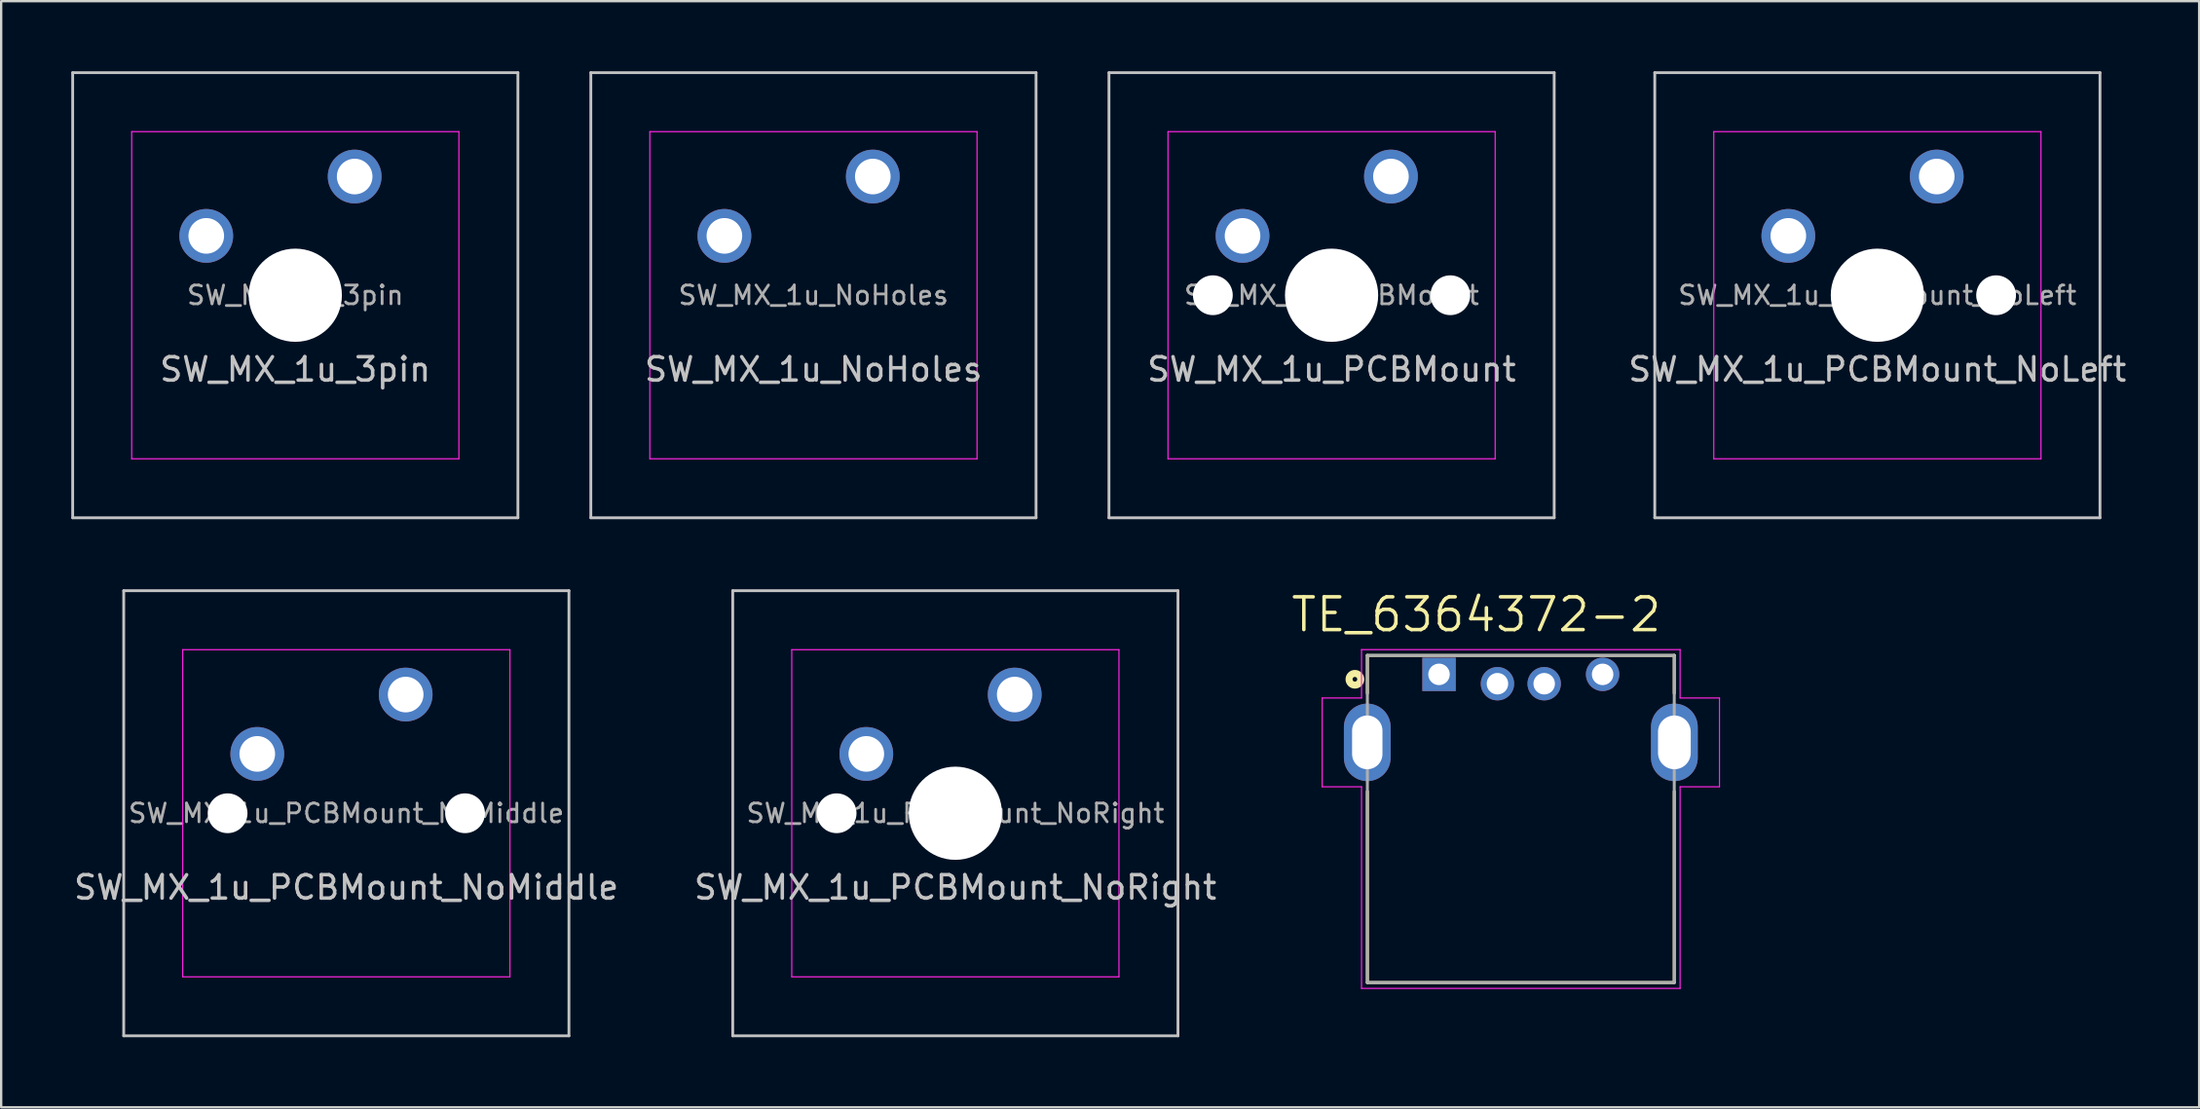
<source format=kicad_pcb>
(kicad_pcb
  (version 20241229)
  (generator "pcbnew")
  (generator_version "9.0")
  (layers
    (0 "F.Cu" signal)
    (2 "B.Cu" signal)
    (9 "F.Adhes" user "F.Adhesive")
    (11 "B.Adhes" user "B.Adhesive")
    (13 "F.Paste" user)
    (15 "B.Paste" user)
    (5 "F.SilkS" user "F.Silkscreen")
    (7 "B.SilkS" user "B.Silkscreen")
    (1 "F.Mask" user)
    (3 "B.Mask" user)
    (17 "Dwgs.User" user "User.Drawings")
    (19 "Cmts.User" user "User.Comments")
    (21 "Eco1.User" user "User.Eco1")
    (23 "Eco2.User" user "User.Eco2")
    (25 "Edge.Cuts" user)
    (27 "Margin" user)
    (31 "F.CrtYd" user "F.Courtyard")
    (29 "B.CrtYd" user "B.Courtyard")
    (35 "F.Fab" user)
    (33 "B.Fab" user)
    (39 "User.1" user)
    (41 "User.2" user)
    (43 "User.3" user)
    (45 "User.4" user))
  (footprint "SW_MX_1u_PCBMount_NoLeft"
    (layer "F.Cu")
    (at 77.278 9.585)
    (property "Reference" "SW_MX_1u_PCBMount_NoLeft" (at 0 3.175 0) (layer "Dwgs.User") (effects (font (size 1 1) (thickness 0.15))))
    (attr through_hole exclude_from_pos_files exclude_from_bom)
    (fp_line (start -9.525 -9.525) (end -9.525 9.525) (stroke (width 0.12) (type solid)) (layer "Dwgs.User"))
    (fp_line (start -9.525 9.525) (end 9.525 9.525) (stroke (width 0.12) (type solid)) (layer "Dwgs.User"))
    (fp_line (start 9.525 -9.525) (end -9.525 -9.525) (stroke (width 0.12) (type solid)) (layer "Dwgs.User"))
    (fp_line (start 9.525 9.525) (end 9.525 -9.525) (stroke (width 0.12) (type solid)) (layer "Dwgs.User"))
    (fp_line (start -7 6.5) (end -7 -6.5) (stroke (width 0.05) (type solid)) (layer "Eco2.User"))
    (fp_line (start -6.5 -7) (end 6.5 -7) (stroke (width 0.05) (type solid)) (layer "Eco2.User"))
    (fp_line (start 6.5 7) (end -6.5 7) (stroke (width 0.05) (type solid)) (layer "Eco2.User"))
    (fp_line (start 7 -6.5) (end 7 6.5) (stroke (width 0.05) (type solid)) (layer "Eco2.User"))
    (fp_arc (start -7 -6.5) (mid -6.853553 -6.853553) (end -6.5 -7) (stroke (width 0.05) (type solid)) (layer "Eco2.User"))
    (fp_arc (start -6.5 7) (mid -6.853553 6.853553) (end -7 6.5) (stroke (width 0.05) (type solid)) (layer "Eco2.User"))
    (fp_arc (start 6.5 -7) (mid 6.853553 -6.853553) (end 7 -6.5) (stroke (width 0.05) (type solid)) (layer "Eco2.User"))
    (fp_arc (start 6.997236 6.498884) (mid 6.850789 6.852437) (end 6.497236 6.998884) (stroke (width 0.05) (type solid)) (layer "Eco2.User"))
    (fp_line (start -7 -7) (end -7 7) (stroke (width 0.05) (type solid)) (layer "F.CrtYd"))
    (fp_line (start -7 7) (end 7 7) (stroke (width 0.05) (type solid)) (layer "F.CrtYd"))
    (fp_line (start 7 -7) (end -7 -7) (stroke (width 0.05) (type solid)) (layer "F.CrtYd"))
    (fp_line (start 7 7) (end 7 -7) (stroke (width 0.05) (type solid)) (layer "F.CrtYd"))
    (fp_text user "${REFERENCE}" (at 0 0 0) (layer "F.Fab") (effects (font (size 0.8 0.8) (thickness 0.12))))
    (pad "" np_thru_hole circle (at 0 0) (size 3.988 3.988) (drill 3.988) (layers "*.Cu" "*.Mask"))
    (pad "" np_thru_hole circle (at 5.08 0) (size 1.702 1.702) (drill 1.702) (layers "*.Cu" "*.Mask"))
    (pad "1" thru_hole circle (at -3.81 -2.54) (size 2.3 2.3) (drill 1.524) (layers "*.Cu" "B.Mask"))
    (pad "2" thru_hole circle (at 2.54 -5.08) (size 2.3 2.3) (drill 1.524) (layers "*.Cu" "B.Mask")))
  (footprint "SW_MX_1u_PCBMount"
    (layer "F.Cu")
    (at 53.925 9.585)
    (property "Reference" "SW_MX_1u_PCBMount" (at 0 3.175 0) (layer "Dwgs.User") (effects (font (size 1 1) (thickness 0.15))))
    (attr through_hole exclude_from_pos_files exclude_from_bom)
    (fp_line (start -9.525 -9.525) (end -9.525 9.525) (stroke (width 0.12) (type solid)) (layer "Dwgs.User"))
    (fp_line (start -9.525 9.525) (end 9.525 9.525) (stroke (width 0.12) (type solid)) (layer "Dwgs.User"))
    (fp_line (start 9.525 -9.525) (end -9.525 -9.525) (stroke (width 0.12) (type solid)) (layer "Dwgs.User"))
    (fp_line (start 9.525 9.525) (end 9.525 -9.525) (stroke (width 0.12) (type solid)) (layer "Dwgs.User"))
    (fp_line (start -7 6.5) (end -7 -6.5) (stroke (width 0.05) (type solid)) (layer "Eco2.User"))
    (fp_line (start -6.5 -7) (end 6.5 -7) (stroke (width 0.05) (type solid)) (layer "Eco2.User"))
    (fp_line (start 6.5 7) (end -6.5 7) (stroke (width 0.05) (type solid)) (layer "Eco2.User"))
    (fp_line (start 7 -6.5) (end 7 6.5) (stroke (width 0.05) (type solid)) (layer "Eco2.User"))
    (fp_arc (start -7 -6.5) (mid -6.853553 -6.853553) (end -6.5 -7) (stroke (width 0.05) (type solid)) (layer "Eco2.User"))
    (fp_arc (start -6.5 7) (mid -6.853553 6.853553) (end -7 6.5) (stroke (width 0.05) (type solid)) (layer "Eco2.User"))
    (fp_arc (start 6.5 -7) (mid 6.853553 -6.853553) (end 7 -6.5) (stroke (width 0.05) (type solid)) (layer "Eco2.User"))
    (fp_arc (start 6.997236 6.498884) (mid 6.850789 6.852437) (end 6.497236 6.998884) (stroke (width 0.05) (type solid)) (layer "Eco2.User"))
    (fp_line (start -7 -7) (end -7 7) (stroke (width 0.05) (type solid)) (layer "F.CrtYd"))
    (fp_line (start -7 7) (end 7 7) (stroke (width 0.05) (type solid)) (layer "F.CrtYd"))
    (fp_line (start 7 -7) (end -7 -7) (stroke (width 0.05) (type solid)) (layer "F.CrtYd"))
    (fp_line (start 7 7) (end 7 -7) (stroke (width 0.05) (type solid)) (layer "F.CrtYd"))
    (fp_text user "${REFERENCE}" (at 0 0 0) (layer "F.Fab") (effects (font (size 0.8 0.8) (thickness 0.12))))
    (pad "" np_thru_hole circle (at -5.08 0) (size 1.702 1.702) (drill 1.702) (layers "*.Cu" "*.Mask"))
    (pad "" np_thru_hole circle (at 0 0) (size 3.988 3.988) (drill 3.988) (layers "*.Cu" "*.Mask"))
    (pad "" np_thru_hole circle (at 5.08 0) (size 1.702 1.702) (drill 1.702) (layers "*.Cu" "*.Mask"))
    (pad "1" thru_hole circle (at -3.81 -2.54) (size 2.3 2.3) (drill 1.524) (layers "*.Cu" "B.Mask"))
    (pad "2" thru_hole circle (at 2.54 -5.08) (size 2.3 2.3) (drill 1.524) (layers "*.Cu" "B.Mask")))
  (footprint "SW_MX_1u_PCBMount_NoMiddle"
    (layer "F.Cu")
    (at 11.768 31.755)
    (property "Reference" "SW_MX_1u_PCBMount_NoMiddle" (at 0 3.175 0) (layer "Dwgs.User") (effects (font (size 1 1) (thickness 0.15))))
    (attr through_hole exclude_from_pos_files exclude_from_bom)
    (fp_line (start -9.525 -9.525) (end -9.525 9.525) (stroke (width 0.12) (type solid)) (layer "Dwgs.User"))
    (fp_line (start -9.525 9.525) (end 9.525 9.525) (stroke (width 0.12) (type solid)) (layer "Dwgs.User"))
    (fp_line (start 9.525 -9.525) (end -9.525 -9.525) (stroke (width 0.12) (type solid)) (layer "Dwgs.User"))
    (fp_line (start 9.525 9.525) (end 9.525 -9.525) (stroke (width 0.12) (type solid)) (layer "Dwgs.User"))
    (fp_line (start -7 6.5) (end -7 -6.5) (stroke (width 0.05) (type solid)) (layer "Eco2.User"))
    (fp_line (start -6.5 -7) (end 6.5 -7) (stroke (width 0.05) (type solid)) (layer "Eco2.User"))
    (fp_line (start 6.5 7) (end -6.5 7) (stroke (width 0.05) (type solid)) (layer "Eco2.User"))
    (fp_line (start 7 -6.5) (end 7 6.5) (stroke (width 0.05) (type solid)) (layer "Eco2.User"))
    (fp_arc (start -7 -6.5) (mid -6.853553 -6.853553) (end -6.5 -7) (stroke (width 0.05) (type solid)) (layer "Eco2.User"))
    (fp_arc (start -6.5 7) (mid -6.853553 6.853553) (end -7 6.5) (stroke (width 0.05) (type solid)) (layer "Eco2.User"))
    (fp_arc (start 6.5 -7) (mid 6.853553 -6.853553) (end 7 -6.5) (stroke (width 0.05) (type solid)) (layer "Eco2.User"))
    (fp_arc (start 6.997236 6.498884) (mid 6.850789 6.852437) (end 6.497236 6.998884) (stroke (width 0.05) (type solid)) (layer "Eco2.User"))
    (fp_line (start -7 -7) (end -7 7) (stroke (width 0.05) (type solid)) (layer "F.CrtYd"))
    (fp_line (start -7 7) (end 7 7) (stroke (width 0.05) (type solid)) (layer "F.CrtYd"))
    (fp_line (start 7 -7) (end -7 -7) (stroke (width 0.05) (type solid)) (layer "F.CrtYd"))
    (fp_line (start 7 7) (end 7 -7) (stroke (width 0.05) (type solid)) (layer "F.CrtYd"))
    (fp_text user "${REFERENCE}" (at 0 0 0) (layer "F.Fab") (effects (font (size 0.8 0.8) (thickness 0.12))))
    (pad "" np_thru_hole circle (at -5.08 0) (size 1.702 1.702) (drill 1.702) (layers "*.Cu" "*.Mask"))
    (pad "" np_thru_hole circle (at 5.08 0) (size 1.702 1.702) (drill 1.702) (layers "*.Cu" "*.Mask"))
    (pad "1" thru_hole circle (at -3.81 -2.54) (size 2.3 2.3) (drill 1.524) (layers "*.Cu" "B.Mask"))
    (pad "2" thru_hole circle (at 2.54 -5.08) (size 2.3 2.3) (drill 1.524) (layers "*.Cu" "B.Mask")))
  (footprint "SW_MX_1u_3pin"
    (layer "F.Cu")
    (at 9.585 9.585)
    (property "Reference" "SW_MX_1u_3pin" (at 0 3.175 0) (layer "Dwgs.User") (effects (font (size 1 1) (thickness 0.15))))
    (attr through_hole exclude_from_pos_files exclude_from_bom)
    (fp_line (start -9.525 -9.525) (end -9.525 9.525) (stroke (width 0.12) (type solid)) (layer "Dwgs.User"))
    (fp_line (start -9.525 9.525) (end 9.525 9.525) (stroke (width 0.12) (type solid)) (layer "Dwgs.User"))
    (fp_line (start 9.525 -9.525) (end -9.525 -9.525) (stroke (width 0.12) (type solid)) (layer "Dwgs.User"))
    (fp_line (start 9.525 9.525) (end 9.525 -9.525) (stroke (width 0.12) (type solid)) (layer "Dwgs.User"))
    (fp_line (start -7 6.5) (end -7 -6.5) (stroke (width 0.05) (type solid)) (layer "Eco2.User"))
    (fp_line (start -6.5 -7) (end 6.5 -7) (stroke (width 0.05) (type solid)) (layer "Eco2.User"))
    (fp_line (start 6.5 7) (end -6.5 7) (stroke (width 0.05) (type solid)) (layer "Eco2.User"))
    (fp_line (start 7 -6.5) (end 7 6.5) (stroke (width 0.05) (type solid)) (layer "Eco2.User"))
    (fp_arc (start -7 -6.5) (mid -6.853553 -6.853553) (end -6.5 -7) (stroke (width 0.05) (type solid)) (layer "Eco2.User"))
    (fp_arc (start -6.5 7) (mid -6.853553 6.853553) (end -7 6.5) (stroke (width 0.05) (type solid)) (layer "Eco2.User"))
    (fp_arc (start 6.5 -7) (mid 6.853553 -6.853553) (end 7 -6.5) (stroke (width 0.05) (type solid)) (layer "Eco2.User"))
    (fp_arc (start 6.997236 6.498884) (mid 6.850789 6.852437) (end 6.497236 6.998884) (stroke (width 0.05) (type solid)) (layer "Eco2.User"))
    (fp_line (start -7 -7) (end -7 7) (stroke (width 0.05) (type solid)) (layer "F.CrtYd"))
    (fp_line (start -7 7) (end 7 7) (stroke (width 0.05) (type solid)) (layer "F.CrtYd"))
    (fp_line (start 7 -7) (end -7 -7) (stroke (width 0.05) (type solid)) (layer "F.CrtYd"))
    (fp_line (start 7 7) (end 7 -7) (stroke (width 0.05) (type solid)) (layer "F.CrtYd"))
    (fp_text user "${REFERENCE}" (at 0 0 0) (layer "F.Fab") (effects (font (size 0.8 0.8) (thickness 0.12))))
    (pad "" np_thru_hole circle (at 0 0) (size 3.988 3.988) (drill 3.988) (layers "*.Cu" "*.Mask"))
    (pad "1" thru_hole circle (at -3.81 -2.54) (size 2.3 2.3) (drill 1.524) (layers "*.Cu" "B.Mask"))
    (pad "2" thru_hole circle (at 2.54 -5.08) (size 2.3 2.3) (drill 1.524) (layers "*.Cu" "B.Mask")))
  (footprint "TE_6364372-2"
    (layer "F.Cu")
    (at 62.022 28.721)
    (property "Reference" "TE_6364372-2" (at -1.907 -5.468 0) (layer "F.SilkS") (effects (font (size 1.402 1.402) (thickness 0.15))))
    (attr through_hole)
    (fp_line (start -6.565 -3.72) (end 6.565 -3.72) (stroke (width 0.127) (type solid)) (layer "F.SilkS"))
    (fp_line (start -6.565 -2.1) (end -6.565 -3.72) (stroke (width 0.127) (type solid)) (layer "F.SilkS"))
    (fp_line (start -6.565 10.28) (end -6.565 2.1) (stroke (width 0.127) (type solid)) (layer "F.SilkS"))
    (fp_line (start 6.565 -3.72) (end 6.565 -2.1) (stroke (width 0.127) (type solid)) (layer "F.SilkS"))
    (fp_line (start 6.565 2.1) (end 6.565 10.28) (stroke (width 0.127) (type solid)) (layer "F.SilkS"))
    (fp_line (start 6.565 10.28) (end -6.565 10.28) (stroke (width 0.127) (type solid)) (layer "F.SilkS"))
    (fp_circle (center -7.1 -2.7) (end -7 -2.7) (stroke (width 0.3) (type solid)) (fill no) (layer "F.SilkS"))
    (fp_line (start -8.5 -1.9) (end -6.815 -1.9) (stroke (width 0.05) (type solid)) (layer "F.CrtYd"))
    (fp_line (start -8.5 1.9) (end -8.5 -1.9) (stroke (width 0.05) (type solid)) (layer "F.CrtYd"))
    (fp_line (start -6.815 -3.97) (end 6.815 -3.97) (stroke (width 0.05) (type solid)) (layer "F.CrtYd"))
    (fp_line (start -6.815 -1.9) (end -6.815 -3.97) (stroke (width 0.05) (type solid)) (layer "F.CrtYd"))
    (fp_line (start -6.815 1.9) (end -8.5 1.9) (stroke (width 0.05) (type solid)) (layer "F.CrtYd"))
    (fp_line (start -6.815 10.53) (end -6.815 1.9) (stroke (width 0.05) (type solid)) (layer "F.CrtYd"))
    (fp_line (start 6.815 -3.97) (end 6.815 -1.9) (stroke (width 0.05) (type solid)) (layer "F.CrtYd"))
    (fp_line (start 6.815 -1.9) (end 8.5 -1.9) (stroke (width 0.05) (type solid)) (layer "F.CrtYd"))
    (fp_line (start 6.815 1.9) (end 6.815 10.53) (stroke (width 0.05) (type solid)) (layer "F.CrtYd"))
    (fp_line (start 6.815 10.53) (end -6.815 10.53) (stroke (width 0.05) (type solid)) (layer "F.CrtYd"))
    (fp_line (start 8.5 -1.9) (end 8.5 1.9) (stroke (width 0.05) (type solid)) (layer "F.CrtYd"))
    (fp_line (start 8.5 1.9) (end 6.815 1.9) (stroke (width 0.05) (type solid)) (layer "F.CrtYd"))
    (fp_line (start -6.565 -3.72) (end 6.565 -3.72) (stroke (width 0.127) (type solid)) (layer "F.Fab"))
    (fp_line (start -6.565 10.28) (end -6.565 -3.72) (stroke (width 0.127) (type solid)) (layer "F.Fab"))
    (fp_line (start 6.565 -3.72) (end 6.565 10.28) (stroke (width 0.127) (type solid)) (layer "F.Fab"))
    (fp_line (start 6.565 10.28) (end -6.565 10.28) (stroke (width 0.127) (type solid)) (layer "F.Fab"))
    (pad "1" thru_hole rect (at -3.5 -2.91) (size 1.428 1.428) (drill 0.92) (layers "*.Cu" "*.Mask"))
    (pad "2" thru_hole circle (at -1 -2.51) (size 1.428 1.428) (drill 0.92) (layers "*.Cu" "*.Mask"))
    (pad "3" thru_hole circle (at 1 -2.51) (size 1.428 1.428) (drill 0.92) (layers "*.Cu" "*.Mask"))
    (pad "4" thru_hole circle (at 3.5 -2.91) (size 1.428 1.428) (drill 0.92) (layers "*.Cu" "*.Mask"))
    (pad "5" thru_hole oval (at -6.57 0) (size 2 3.316) (drill oval 1.3 2.3) (layers "*.Cu" "*.Mask"))
    (pad "6" thru_hole oval (at 6.57 0) (size 2 3.316) (drill oval 1.4 2.3) (layers "*.Cu" "*.Mask")))
  (footprint "SW_MX_1u_NoHoles"
    (layer "F.Cu")
    (at 31.755 9.585)
    (property "Reference" "SW_MX_1u_NoHoles" (at 0 3.175 0) (layer "Dwgs.User") (effects (font (size 1 1) (thickness 0.15))))
    (attr through_hole exclude_from_pos_files exclude_from_bom)
    (fp_line (start -9.525 -9.525) (end -9.525 9.525) (stroke (width 0.12) (type solid)) (layer "Dwgs.User"))
    (fp_line (start -9.525 9.525) (end 9.525 9.525) (stroke (width 0.12) (type solid)) (layer "Dwgs.User"))
    (fp_line (start 9.525 -9.525) (end -9.525 -9.525) (stroke (width 0.12) (type solid)) (layer "Dwgs.User"))
    (fp_line (start 9.525 9.525) (end 9.525 -9.525) (stroke (width 0.12) (type solid)) (layer "Dwgs.User"))
    (fp_line (start -7 6.5) (end -7 -6.5) (stroke (width 0.05) (type solid)) (layer "Eco2.User"))
    (fp_line (start -6.5 -7) (end 6.5 -7) (stroke (width 0.05) (type solid)) (layer "Eco2.User"))
    (fp_line (start 6.5 7) (end -6.5 7) (stroke (width 0.05) (type solid)) (layer "Eco2.User"))
    (fp_line (start 7 -6.5) (end 7 6.5) (stroke (width 0.05) (type solid)) (layer "Eco2.User"))
    (fp_arc (start -7 -6.5) (mid -6.853553 -6.853553) (end -6.5 -7) (stroke (width 0.05) (type solid)) (layer "Eco2.User"))
    (fp_arc (start -6.5 7) (mid -6.853553 6.853553) (end -7 6.5) (stroke (width 0.05) (type solid)) (layer "Eco2.User"))
    (fp_arc (start 6.5 -7) (mid 6.853553 -6.853553) (end 7 -6.5) (stroke (width 0.05) (type solid)) (layer "Eco2.User"))
    (fp_arc (start 6.997236 6.498884) (mid 6.850789 6.852437) (end 6.497236 6.998884) (stroke (width 0.05) (type solid)) (layer "Eco2.User"))
    (fp_line (start -7 -7) (end -7 7) (stroke (width 0.05) (type solid)) (layer "F.CrtYd"))
    (fp_line (start -7 7) (end 7 7) (stroke (width 0.05) (type solid)) (layer "F.CrtYd"))
    (fp_line (start 7 -7) (end -7 -7) (stroke (width 0.05) (type solid)) (layer "F.CrtYd"))
    (fp_line (start 7 7) (end 7 -7) (stroke (width 0.05) (type solid)) (layer "F.CrtYd"))
    (fp_text user "${REFERENCE}" (at 0 0 0) (layer "F.Fab") (effects (font (size 0.8 0.8) (thickness 0.12))))
    (pad "1" thru_hole circle (at -3.81 -2.54) (size 2.3 2.3) (drill 1.524) (layers "*.Cu" "B.Mask"))
    (pad "2" thru_hole circle (at 2.54 -5.08) (size 2.3 2.3) (drill 1.524) (layers "*.Cu" "B.Mask")))
  (footprint "SW_MX_1u_PCBMount_NoRight"
    (layer "F.Cu")
    (at 37.827 31.755)
    (property "Reference" "SW_MX_1u_PCBMount_NoRight" (at 0 3.175 0) (layer "Dwgs.User") (effects (font (size 1 1) (thickness 0.15))))
    (attr through_hole exclude_from_pos_files exclude_from_bom)
    (fp_line (start -9.525 -9.525) (end -9.525 9.525) (stroke (width 0.12) (type solid)) (layer "Dwgs.User"))
    (fp_line (start -9.525 9.525) (end 9.525 9.525) (stroke (width 0.12) (type solid)) (layer "Dwgs.User"))
    (fp_line (start 9.525 -9.525) (end -9.525 -9.525) (stroke (width 0.12) (type solid)) (layer "Dwgs.User"))
    (fp_line (start 9.525 9.525) (end 9.525 -9.525) (stroke (width 0.12) (type solid)) (layer "Dwgs.User"))
    (fp_line (start -7 6.5) (end -7 -6.5) (stroke (width 0.05) (type solid)) (layer "Eco2.User"))
    (fp_line (start -6.5 -7) (end 6.5 -7) (stroke (width 0.05) (type solid)) (layer "Eco2.User"))
    (fp_line (start 6.5 7) (end -6.5 7) (stroke (width 0.05) (type solid)) (layer "Eco2.User"))
    (fp_line (start 7 -6.5) (end 7 6.5) (stroke (width 0.05) (type solid)) (layer "Eco2.User"))
    (fp_arc (start -7 -6.5) (mid -6.853553 -6.853553) (end -6.5 -7) (stroke (width 0.05) (type solid)) (layer "Eco2.User"))
    (fp_arc (start -6.5 7) (mid -6.853553 6.853553) (end -7 6.5) (stroke (width 0.05) (type solid)) (layer "Eco2.User"))
    (fp_arc (start 6.5 -7) (mid 6.853553 -6.853553) (end 7 -6.5) (stroke (width 0.05) (type solid)) (layer "Eco2.User"))
    (fp_arc (start 6.997236 6.498884) (mid 6.850789 6.852437) (end 6.497236 6.998884) (stroke (width 0.05) (type solid)) (layer "Eco2.User"))
    (fp_line (start -7 -7) (end -7 7) (stroke (width 0.05) (type solid)) (layer "F.CrtYd"))
    (fp_line (start -7 7) (end 7 7) (stroke (width 0.05) (type solid)) (layer "F.CrtYd"))
    (fp_line (start 7 -7) (end -7 -7) (stroke (width 0.05) (type solid)) (layer "F.CrtYd"))
    (fp_line (start 7 7) (end 7 -7) (stroke (width 0.05) (type solid)) (layer "F.CrtYd"))
    (fp_text user "${REFERENCE}" (at 0 0 0) (layer "F.Fab") (effects (font (size 0.8 0.8) (thickness 0.12))))
    (pad "" np_thru_hole circle (at -5.08 0) (size 1.702 1.702) (drill 1.702) (layers "*.Cu" "*.Mask"))
    (pad "" np_thru_hole circle (at 0 0) (size 3.988 3.988) (drill 3.988) (layers "*.Cu" "*.Mask"))
    (pad "1" thru_hole circle (at -3.81 -2.54) (size 2.3 2.3) (drill 1.524) (layers "*.Cu" "B.Mask"))
    (pad "2" thru_hole circle (at 2.54 -5.08) (size 2.3 2.3) (drill 1.524) (layers "*.Cu" "B.Mask")))
  (gr_rect
    (start -3 -3)
    (end 91.046 44.34)
    (stroke (width 0.1) (type default))
    (fill no)
    (layer "Edge.Cuts")))
</source>
